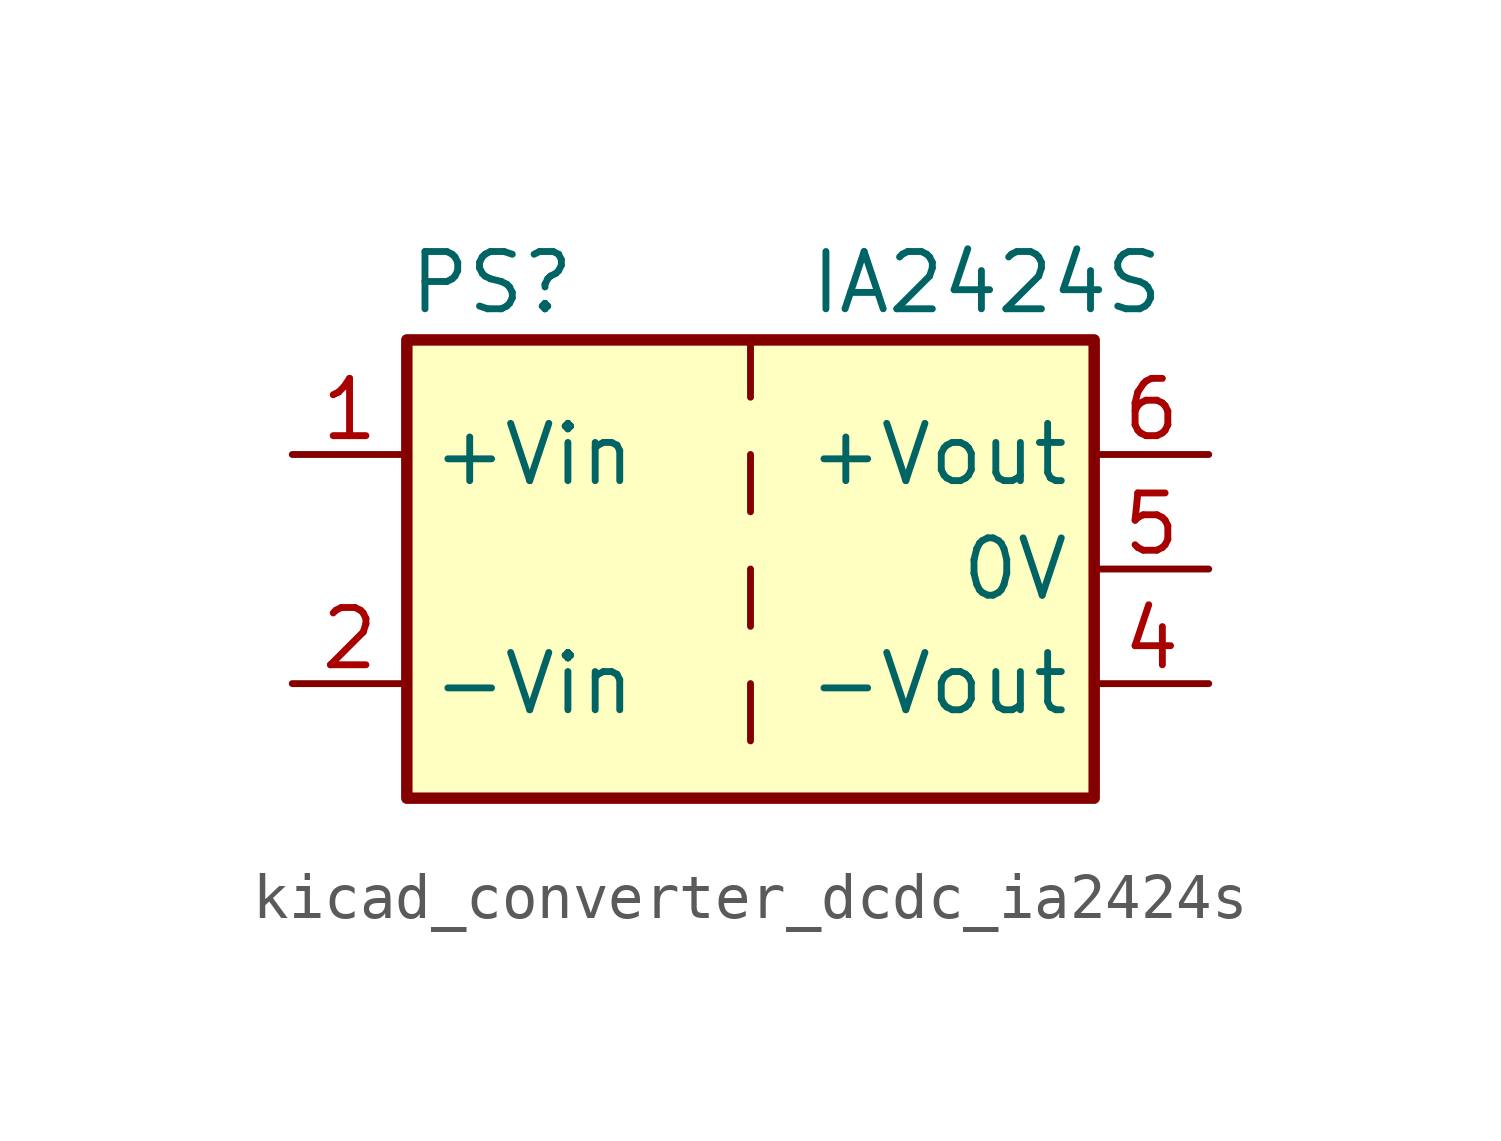
<source format=kicad_sym>
(kicad_symbol_lib
  (version 20220914)
  (generator kicad_symbol_editor)
  (symbol "kicad_converter_dcdc_ia2424s"
    (property "Reference" "PS"
      (at -7.62 6.35 0)
      (effects (font (size 1.27 1.27)) (justify left)))
    (property "Value" "IA2424S"
      (at 1.27 6.35 0)
      (effects (font (size 1.27 1.27)) (justify left)))
    (symbol "kicad_converter_dcdc_ia2424s_0_0"
      (pin power_in line (at -10.16 2.54 0) (length 2.54) (name "+Vin" (effects (font (size 1.27 1.27)))) (number "1" (effects (font (size 1.27 1.27)))))
      (pin power_in line (at -10.16 -2.54 0) (length 2.54) (name "-Vin" (effects (font (size 1.27 1.27)))) (number "2" (effects (font (size 1.27 1.27)))))
      (pin power_out line (at 10.16 -2.54 180) (length 2.54) (name "-Vout" (effects (font (size 1.27 1.27)))) (number "4" (effects (font (size 1.27 1.27)))))
      (pin power_out line (at 10.16 0 180) (length 2.54) (name "0V" (effects (font (size 1.27 1.27)))) (number "5" (effects (font (size 1.27 1.27)))))
      (pin power_out line (at 10.16 2.54 180) (length 2.54) (name "+Vout" (effects (font (size 1.27 1.27)))) (number "6" (effects (font (size 1.27 1.27))))))
    (symbol "kicad_converter_dcdc_ia2424s_0_1"
      (rectangle (start -7.62 5.08) (end 7.62 -5.08) (stroke (width 0.254) (type default)) (fill (type background)))
      (polyline (pts (xy 0 -2.54) (xy 0 -3.81)) (stroke (width 0) (type default)) (fill (type none)))
      (polyline (pts (xy 0 0) (xy 0 -1.27)) (stroke (width 0) (type default)) (fill (type none)))
      (polyline (pts (xy 0 2.54) (xy 0 1.27)) (stroke (width 0) (type default)) (fill (type none)))
      (polyline (pts (xy 0 5.08) (xy 0 3.81)) (stroke (width 0) (type default)) (fill (type none))))))
</source>
